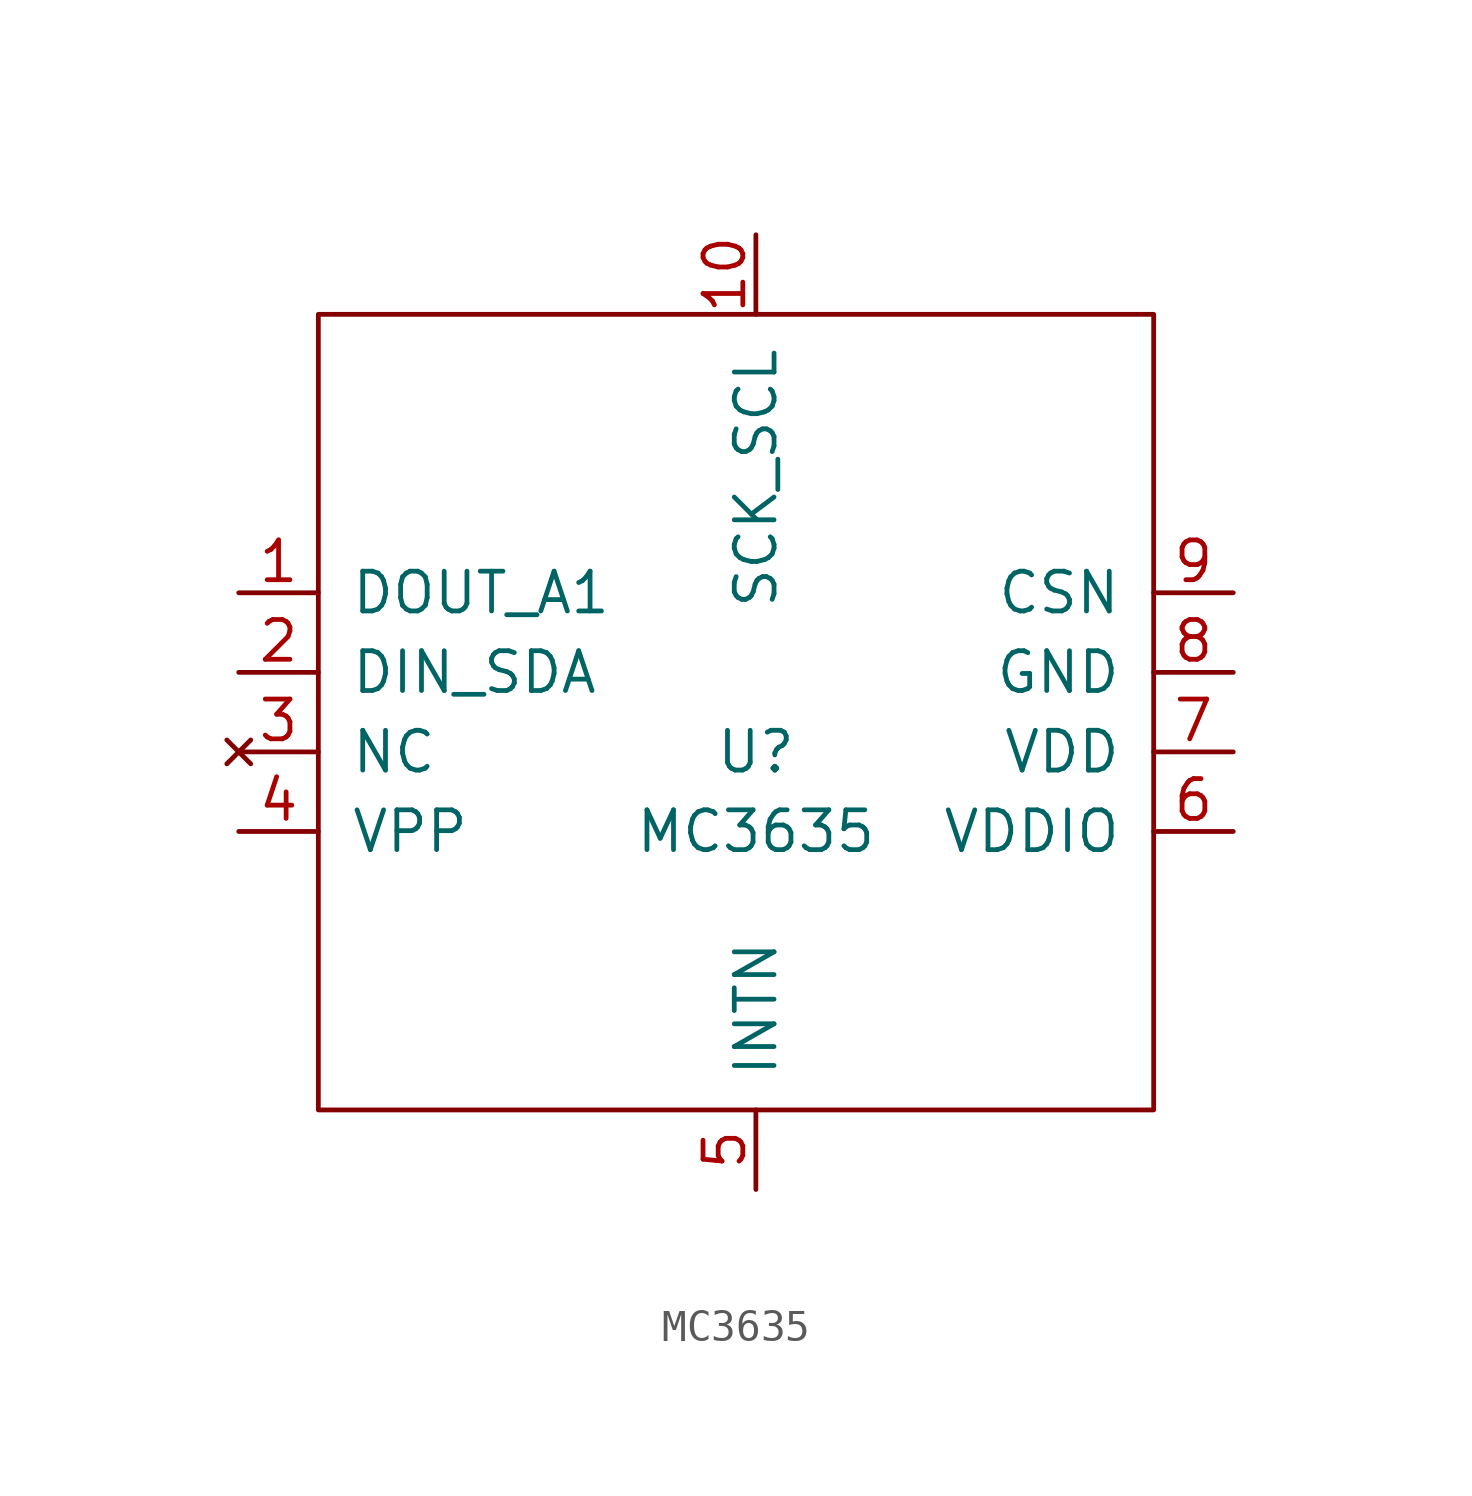
<source format=kicad_sym>
(kicad_symbol_lib
  (version 20220914)
  (generator kicad_symbol_editor)
  (symbol "MC3635"
    (pin_names
      (offset 1.016))
    (property "Reference" "U"
      (at 0 0 0)
      (effects (font (size 1.27 1.27))))
    (property "Value" "MC3635"
      (at 0 -2.54 0)
      (effects (font (size 1.27 1.27))))
    (symbol "MC3635_0_1"
      (rectangle (start -13.97 13.97) (end 12.7 -11.43) (stroke (width 0) (type solid)) (fill (type none))))
    (symbol "MC3635_1_1"
      (pin output line (at -16.51 5.08 0) (length 2.54) (name "DOUT_A1" (effects (font (size 1.27 1.27)))) (number "1" (effects (font (size 1.27 1.27)))))
      (pin input line (at 0 16.51 270) (length 2.54) (name "SCK_SCL" (effects (font (size 1.27 1.27)))) (number "10" (effects (font (size 1.27 1.27)))))
      (pin input line (at -16.51 2.54 0) (length 2.54) (name "DIN_SDA" (effects (font (size 1.27 1.27)))) (number "2" (effects (font (size 1.27 1.27)))))
      (pin no_connect line (at -16.51 0 0) (length 2.54) (name "NC" (effects (font (size 1.27 1.27)))) (number "3" (effects (font (size 1.27 1.27)))))
      (pin power_in line (at -16.51 -2.54 0) (length 2.54) (name "VPP" (effects (font (size 1.27 1.27)))) (number "4" (effects (font (size 1.27 1.27)))))
      (pin output line (at 0 -13.97 90) (length 2.54) (name "INTN" (effects (font (size 1.27 1.27)))) (number "5" (effects (font (size 1.27 1.27)))))
      (pin power_in line (at 15.24 -2.54 180) (length 2.54) (name "VDDIO" (effects (font (size 1.27 1.27)))) (number "6" (effects (font (size 1.27 1.27)))))
      (pin power_in line (at 15.24 0 180) (length 2.54) (name "VDD" (effects (font (size 1.27 1.27)))) (number "7" (effects (font (size 1.27 1.27)))))
      (pin power_in line (at 15.24 2.54 180) (length 2.54) (name "GND" (effects (font (size 1.27 1.27)))) (number "8" (effects (font (size 1.27 1.27)))))
      (pin input line (at 15.24 5.08 180) (length 2.54) (name "CSN" (effects (font (size 1.27 1.27)))) (number "9" (effects (font (size 1.27 1.27))))))))
</source>
